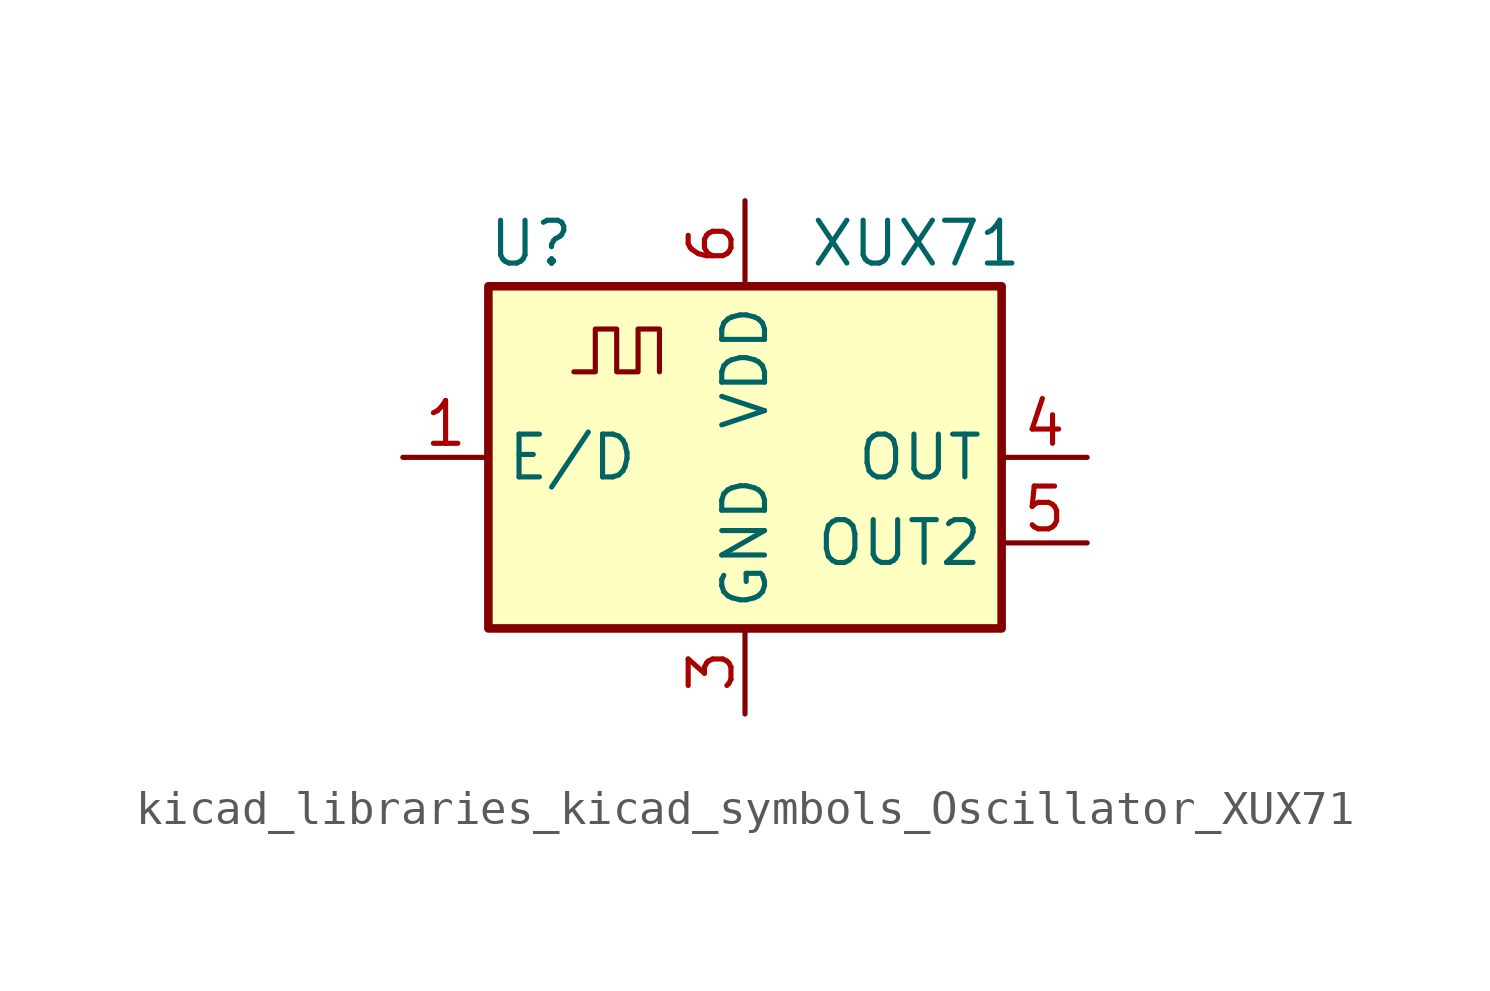
<source format=kicad_sym>
(kicad_symbol_lib
  (version 20220914)
  (generator kicad_symbol_editor)
  (symbol "kicad_libraries_kicad_symbols_Oscillator_XUX71"
    (property "Reference" "U"
      (at -6.35 6.35 0)
      (effects (font (size 1.27 1.27))))
    (property "Value" "XUX71"
      (at 5.08 6.35 0)
      (effects (font (size 1.27 1.27))))
    (symbol "kicad_libraries_kicad_symbols_Oscillator_XUX71_0_1"
      (rectangle (start -7.62 5.08) (end 7.62 -5.08) (stroke (width 0.254) (type default)) (fill (type background))))
    (symbol "kicad_libraries_kicad_symbols_Oscillator_XUX71_1_1"
      (polyline (pts (xy -5.08 2.54) (xy -4.445 2.54) (xy -4.445 3.81) (xy -3.81 3.81) (xy -3.81 2.54) (xy -3.175 2.54) (xy -3.175 3.81) (xy -2.54 3.81) (xy -2.54 2.54)) (stroke (width 0) (type default)) (fill (type none)))
      (pin input line (at -10.16 0 0) (length 2.54) (name "E/D" (effects (font (size 1.27 1.27)))) (number "1" (effects (font (size 1.27 1.27)))))
      (pin no_connect line (at -7.62 -2.54 0) (length 2.54) hide (name "NC" (effects (font (size 1.27 1.27)))) (number "2" (effects (font (size 1.27 1.27)))))
      (pin power_in line (at 0 -7.62 90) (length 2.54) (name "GND" (effects (font (size 1.27 1.27)))) (number "3" (effects (font (size 1.27 1.27)))))
      (pin output line (at 10.16 0 180) (length 2.54) (name "OUT" (effects (font (size 1.27 1.27)))) (number "4" (effects (font (size 1.27 1.27)))))
      (pin output line (at 10.16 -2.54 180) (length 2.54) (name "OUT2" (effects (font (size 1.27 1.27)))) (number "5" (effects (font (size 1.27 1.27)))))
      (pin power_in line (at 0 7.62 270) (length 2.54) (name "VDD" (effects (font (size 1.27 1.27)))) (number "6" (effects (font (size 1.27 1.27))))))))
</source>
